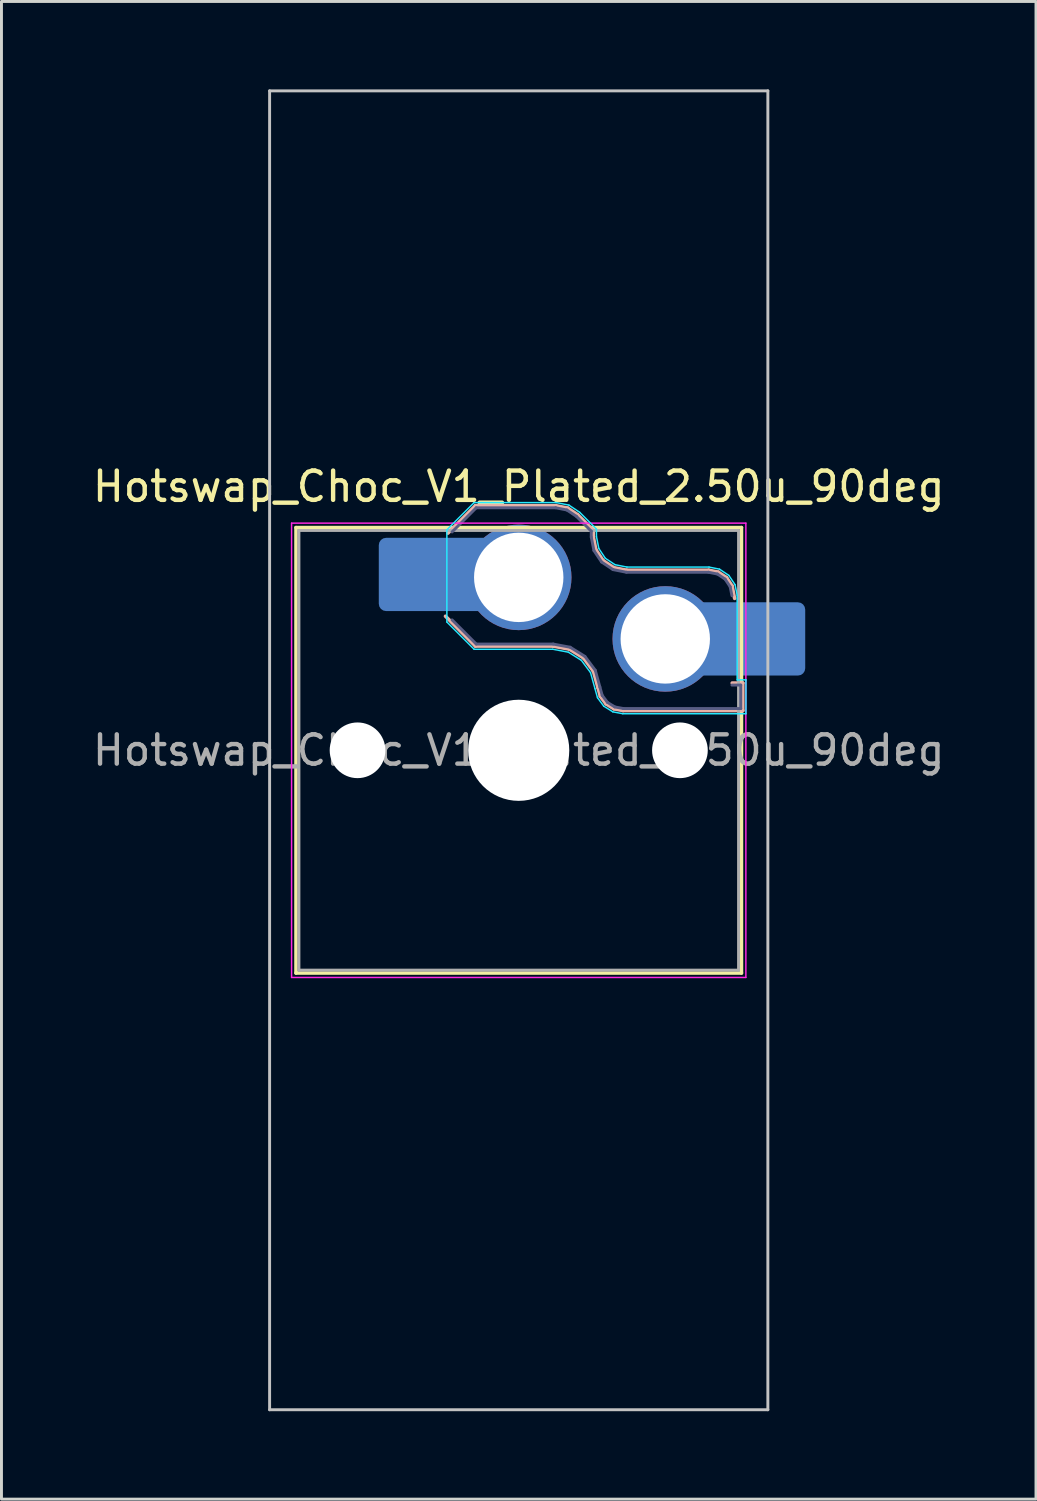
<source format=kicad_pcb>
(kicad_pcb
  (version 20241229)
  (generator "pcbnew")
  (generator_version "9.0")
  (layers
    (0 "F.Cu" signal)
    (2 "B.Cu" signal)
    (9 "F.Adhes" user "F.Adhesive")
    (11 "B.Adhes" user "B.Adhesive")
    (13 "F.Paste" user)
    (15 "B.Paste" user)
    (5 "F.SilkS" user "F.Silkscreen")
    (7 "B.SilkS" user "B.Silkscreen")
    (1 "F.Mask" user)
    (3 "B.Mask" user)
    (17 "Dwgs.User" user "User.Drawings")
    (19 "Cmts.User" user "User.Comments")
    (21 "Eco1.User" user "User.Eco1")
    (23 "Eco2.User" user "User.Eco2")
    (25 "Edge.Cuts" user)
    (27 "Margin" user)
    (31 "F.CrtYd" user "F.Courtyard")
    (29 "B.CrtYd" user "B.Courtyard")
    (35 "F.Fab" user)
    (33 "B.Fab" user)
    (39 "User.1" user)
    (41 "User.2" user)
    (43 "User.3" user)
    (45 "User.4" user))
  (footprint "Hotswap_Choc_V1_Plated_2.50u_90deg"
    (layer "F.Cu")
    (at 14.649 22.55)
    (property "Reference" "Hotswap_Choc_V1_Plated_2.50u_90deg" (at 0 -9 0) (layer "F.SilkS") (effects (font (size 1 1) (thickness 0.15))))
    (attr smd allow_soldermask_bridges)
    (fp_line (start -7.6 -7.6) (end -7.6 7.6) (stroke (width 0.12) (type solid)) (layer "F.SilkS"))
    (fp_line (start -7.6 7.6) (end 7.6 7.6) (stroke (width 0.12) (type solid)) (layer "F.SilkS"))
    (fp_line (start 7.6 -7.6) (end -7.6 -7.6) (stroke (width 0.12) (type solid)) (layer "F.SilkS"))
    (fp_line (start 7.6 7.6) (end 7.6 -7.6) (stroke (width 0.12) (type solid)) (layer "F.SilkS"))
    (fp_line (start -2.416 -7.409) (end -1.479 -8.346) (stroke (width 0.12) (type solid)) (layer "B.SilkS"))
    (fp_line (start -1.479 -8.346) (end 1.268 -8.346) (stroke (width 0.12) (type solid)) (layer "B.SilkS"))
    (fp_line (start -1.479 -3.554) (end -2.5 -4.575) (stroke (width 0.12) (type solid)) (layer "B.SilkS"))
    (fp_line (start 1.168 -3.554) (end -1.479 -3.554) (stroke (width 0.12) (type solid)) (layer "B.SilkS"))
    (fp_line (start 1.268 -8.346) (end 1.671 -8.266) (stroke (width 0.12) (type solid)) (layer "B.SilkS"))
    (fp_line (start 1.671 -8.266) (end 2.013 -8.037) (stroke (width 0.12) (type solid)) (layer "B.SilkS"))
    (fp_line (start 1.73 -3.449) (end 1.168 -3.554) (stroke (width 0.12) (type solid)) (layer "B.SilkS"))
    (fp_line (start 2.013 -8.037) (end 2.546 -7.504) (stroke (width 0.12) (type solid)) (layer "B.SilkS"))
    (fp_line (start 2.209 -3.15) (end 1.73 -3.449) (stroke (width 0.12) (type solid)) (layer "B.SilkS"))
    (fp_line (start 2.546 -7.504) (end 2.546 -7.282) (stroke (width 0.12) (type solid)) (layer "B.SilkS"))
    (fp_line (start 2.546 -7.282) (end 2.633 -6.844) (stroke (width 0.12) (type solid)) (layer "B.SilkS"))
    (fp_line (start 2.547 -2.697) (end 2.209 -3.15) (stroke (width 0.12) (type solid)) (layer "B.SilkS"))
    (fp_line (start 2.633 -6.844) (end 2.877 -6.477) (stroke (width 0.12) (type solid)) (layer "B.SilkS"))
    (fp_line (start 2.701 -2.139) (end 2.547 -2.697) (stroke (width 0.12) (type solid)) (layer "B.SilkS"))
    (fp_line (start 2.783 -1.841) (end 2.701 -2.139) (stroke (width 0.12) (type solid)) (layer "B.SilkS"))
    (fp_line (start 2.877 -6.477) (end 3.244 -6.233) (stroke (width 0.12) (type solid)) (layer "B.SilkS"))
    (fp_line (start 2.976 -1.583) (end 2.783 -1.841) (stroke (width 0.12) (type solid)) (layer "B.SilkS"))
    (fp_line (start 3.244 -6.233) (end 3.682 -6.146) (stroke (width 0.12) (type solid)) (layer "B.SilkS"))
    (fp_line (start 3.25 -1.413) (end 2.976 -1.583) (stroke (width 0.12) (type solid)) (layer "B.SilkS"))
    (fp_line (start 3.56 -1.354) (end 3.25 -1.413) (stroke (width 0.12) (type solid)) (layer "B.SilkS"))
    (fp_line (start 3.682 -6.146) (end 6.482 -6.146) (stroke (width 0.12) (type solid)) (layer "B.SilkS"))
    (fp_line (start 6.482 -6.146) (end 6.809 -6.081) (stroke (width 0.12) (type solid)) (layer "B.SilkS"))
    (fp_line (start 6.809 -6.081) (end 7.092 -5.892) (stroke (width 0.12) (type solid)) (layer "B.SilkS"))
    (fp_line (start 7.092 -5.892) (end 7.281 -5.609) (stroke (width 0.12) (type solid)) (layer "B.SilkS"))
    (fp_line (start 7.281 -5.609) (end 7.366 -5.182) (stroke (width 0.12) (type solid)) (layer "B.SilkS"))
    (fp_line (start 7.283 -2.296) (end 7.646 -2.296) (stroke (width 0.12) (type solid)) (layer "B.SilkS"))
    (fp_line (start 7.646 -2.296) (end 7.646 -1.354) (stroke (width 0.12) (type solid)) (layer "B.SilkS"))
    (fp_line (start 7.646 -1.354) (end 3.56 -1.354) (stroke (width 0.12) (type solid)) (layer "B.SilkS"))
    (fp_line (start -8.5 -22.5) (end 8.5 -22.5) (stroke (width 0.1) (type solid)) (layer "Dwgs.User"))
    (fp_line (start -8.5 22.5) (end -8.5 -22.5) (stroke (width 0.1) (type solid)) (layer "Dwgs.User"))
    (fp_line (start 8.5 -22.5) (end 8.5 22.5) (stroke (width 0.1) (type solid)) (layer "Dwgs.User"))
    (fp_line (start 8.5 22.5) (end -8.5 22.5) (stroke (width 0.1) (type solid)) (layer "Dwgs.User"))
    (fp_line (start -7.25 -7.25) (end -7.25 7.25) (stroke (width 0.1) (type solid)) (layer "Eco1.User"))
    (fp_line (start -7.25 7.25) (end 7.25 7.25) (stroke (width 0.1) (type solid)) (layer "Eco1.User"))
    (fp_line (start 7.25 -7.25) (end -7.25 -7.25) (stroke (width 0.1) (type solid)) (layer "Eco1.User"))
    (fp_line (start 7.25 7.25) (end 7.25 -7.25) (stroke (width 0.1) (type solid)) (layer "Eco1.User"))
    (fp_line (start -2.452 -7.523) (end -1.523 -8.452) (stroke (width 0.05) (type solid)) (layer "B.CrtYd"))
    (fp_line (start -2.452 -4.377) (end -2.452 -7.523) (stroke (width 0.05) (type solid)) (layer "B.CrtYd"))
    (fp_line (start -1.523 -8.452) (end 1.278 -8.452) (stroke (width 0.05) (type solid)) (layer "B.CrtYd"))
    (fp_line (start -1.523 -3.448) (end -2.452 -4.377) (stroke (width 0.05) (type solid)) (layer "B.CrtYd"))
    (fp_line (start 1.159 -3.448) (end -1.523 -3.448) (stroke (width 0.05) (type solid)) (layer "B.CrtYd"))
    (fp_line (start 1.278 -8.452) (end 1.712 -8.366) (stroke (width 0.05) (type solid)) (layer "B.CrtYd"))
    (fp_line (start 1.691 -3.348) (end 1.159 -3.448) (stroke (width 0.05) (type solid)) (layer "B.CrtYd"))
    (fp_line (start 1.712 -8.366) (end 2.081 -8.119) (stroke (width 0.05) (type solid)) (layer "B.CrtYd"))
    (fp_line (start 2.081 -8.119) (end 2.652 -7.548) (stroke (width 0.05) (type solid)) (layer "B.CrtYd"))
    (fp_line (start 2.136 -3.071) (end 1.691 -3.348) (stroke (width 0.05) (type solid)) (layer "B.CrtYd"))
    (fp_line (start 2.45 -2.65) (end 2.136 -3.071) (stroke (width 0.05) (type solid)) (layer "B.CrtYd"))
    (fp_line (start 2.599 -2.111) (end 2.45 -2.65) (stroke (width 0.05) (type solid)) (layer "B.CrtYd"))
    (fp_line (start 2.652 -7.548) (end 2.652 -7.292) (stroke (width 0.05) (type solid)) (layer "B.CrtYd"))
    (fp_line (start 2.652 -7.292) (end 2.733 -6.885) (stroke (width 0.05) (type solid)) (layer "B.CrtYd"))
    (fp_line (start 2.687 -1.794) (end 2.599 -2.111) (stroke (width 0.05) (type solid)) (layer "B.CrtYd"))
    (fp_line (start 2.733 -6.885) (end 2.953 -6.553) (stroke (width 0.05) (type solid)) (layer "B.CrtYd"))
    (fp_line (start 2.903 -1.503) (end 2.687 -1.794) (stroke (width 0.05) (type solid)) (layer "B.CrtYd"))
    (fp_line (start 2.953 -6.553) (end 3.285 -6.333) (stroke (width 0.05) (type solid)) (layer "B.CrtYd"))
    (fp_line (start 3.211 -1.312) (end 2.903 -1.503) (stroke (width 0.05) (type solid)) (layer "B.CrtYd"))
    (fp_line (start 3.285 -6.333) (end 3.692 -6.252) (stroke (width 0.05) (type solid)) (layer "B.CrtYd"))
    (fp_line (start 3.55 -1.248) (end 3.211 -1.312) (stroke (width 0.05) (type solid)) (layer "B.CrtYd"))
    (fp_line (start 3.692 -6.252) (end 6.492 -6.252) (stroke (width 0.05) (type solid)) (layer "B.CrtYd"))
    (fp_line (start 6.492 -6.252) (end 6.85 -6.181) (stroke (width 0.05) (type solid)) (layer "B.CrtYd"))
    (fp_line (start 6.85 -6.181) (end 7.168 -5.968) (stroke (width 0.05) (type solid)) (layer "B.CrtYd"))
    (fp_line (start 7.168 -5.968) (end 7.381 -5.65) (stroke (width 0.05) (type solid)) (layer "B.CrtYd"))
    (fp_line (start 7.381 -5.65) (end 7.452 -5.292) (stroke (width 0.05) (type solid)) (layer "B.CrtYd"))
    (fp_line (start 7.452 -5.292) (end 7.452 -2.402) (stroke (width 0.05) (type solid)) (layer "B.CrtYd"))
    (fp_line (start 7.452 -2.402) (end 7.752 -2.402) (stroke (width 0.05) (type solid)) (layer "B.CrtYd"))
    (fp_line (start 7.752 -2.402) (end 7.752 -1.248) (stroke (width 0.05) (type solid)) (layer "B.CrtYd"))
    (fp_line (start 7.752 -1.248) (end 3.55 -1.248) (stroke (width 0.05) (type solid)) (layer "B.CrtYd"))
    (fp_line (start -7.75 -7.75) (end -7.75 7.75) (stroke (width 0.05) (type solid)) (layer "F.CrtYd"))
    (fp_line (start -7.75 7.75) (end 7.75 7.75) (stroke (width 0.05) (type solid)) (layer "F.CrtYd"))
    (fp_line (start 7.75 -7.75) (end -7.75 -7.75) (stroke (width 0.05) (type solid)) (layer "F.CrtYd"))
    (fp_line (start 7.75 7.75) (end 7.75 -7.75) (stroke (width 0.05) (type solid)) (layer "F.CrtYd"))
    (fp_line (start -2.275 -7.45) (end -1.45 -8.275) (stroke (width 0.1) (type solid)) (layer "B.Fab"))
    (fp_line (start -1.45 -8.275) (end 1.261 -8.275) (stroke (width 0.1) (type solid)) (layer "B.Fab"))
    (fp_line (start -1.45 -3.625) (end -2.275 -4.45) (stroke (width 0.1) (type solid)) (layer "B.Fab"))
    (fp_line (start 1.175 -3.625) (end -1.45 -3.625) (stroke (width 0.1) (type solid)) (layer "B.Fab"))
    (fp_line (start 1.261 -8.275) (end 1.643 -8.199) (stroke (width 0.1) (type solid)) (layer "B.Fab"))
    (fp_line (start 1.643 -8.199) (end 1.968 -7.982) (stroke (width 0.1) (type solid)) (layer "B.Fab"))
    (fp_line (start 1.756 -3.516) (end 1.175 -3.625) (stroke (width 0.1) (type solid)) (layer "B.Fab"))
    (fp_line (start 1.968 -7.982) (end 2.475 -7.475) (stroke (width 0.1) (type solid)) (layer "B.Fab"))
    (fp_line (start 2.258 -3.203) (end 1.756 -3.516) (stroke (width 0.1) (type solid)) (layer "B.Fab"))
    (fp_line (start 2.475 -7.475) (end 2.475 -7.275) (stroke (width 0.1) (type solid)) (layer "B.Fab"))
    (fp_line (start 2.475 -7.275) (end 2.566 -6.816) (stroke (width 0.1) (type solid)) (layer "B.Fab"))
    (fp_line (start 2.566 -6.816) (end 2.826 -6.426) (stroke (width 0.1) (type solid)) (layer "B.Fab"))
    (fp_line (start 2.612 -2.729) (end 2.258 -3.203) (stroke (width 0.1) (type solid)) (layer "B.Fab"))
    (fp_line (start 2.769 -2.158) (end 2.612 -2.729) (stroke (width 0.1) (type solid)) (layer "B.Fab"))
    (fp_line (start 2.826 -6.426) (end 3.216 -6.166) (stroke (width 0.1) (type solid)) (layer "B.Fab"))
    (fp_line (start 2.848 -1.873) (end 2.769 -2.158) (stroke (width 0.1) (type solid)) (layer "B.Fab"))
    (fp_line (start 3.025 -1.636) (end 2.848 -1.873) (stroke (width 0.1) (type solid)) (layer "B.Fab"))
    (fp_line (start 3.216 -6.166) (end 3.675 -6.075) (stroke (width 0.1) (type solid)) (layer "B.Fab"))
    (fp_line (start 3.276 -1.48) (end 3.025 -1.636) (stroke (width 0.1) (type solid)) (layer "B.Fab"))
    (fp_line (start 3.567 -1.425) (end 3.276 -1.48) (stroke (width 0.1) (type solid)) (layer "B.Fab"))
    (fp_line (start 3.675 -6.075) (end 6.475 -6.075) (stroke (width 0.1) (type solid)) (layer "B.Fab"))
    (fp_line (start 6.475 -6.075) (end 6.781 -6.014) (stroke (width 0.1) (type solid)) (layer "B.Fab"))
    (fp_line (start 6.781 -6.014) (end 7.041 -5.841) (stroke (width 0.1) (type solid)) (layer "B.Fab"))
    (fp_line (start 7.041 -5.841) (end 7.214 -5.581) (stroke (width 0.1) (type solid)) (layer "B.Fab"))
    (fp_line (start 7.214 -5.581) (end 7.275 -5.275) (stroke (width 0.1) (type solid)) (layer "B.Fab"))
    (fp_line (start 7.275 -2.225) (end 7.575 -2.225) (stroke (width 0.1) (type solid)) (layer "B.Fab"))
    (fp_line (start 7.575 -2.225) (end 7.575 -1.425) (stroke (width 0.1) (type solid)) (layer "B.Fab"))
    (fp_line (start 7.575 -1.425) (end 3.567 -1.425) (stroke (width 0.1) (type solid)) (layer "B.Fab"))
    (fp_line (start -7.5 -7.5) (end -7.5 7.5) (stroke (width 0.1) (type solid)) (layer "F.Fab"))
    (fp_line (start -7.5 7.5) (end 7.5 7.5) (stroke (width 0.1) (type solid)) (layer "F.Fab"))
    (fp_line (start 7.5 -7.5) (end -7.5 -7.5) (stroke (width 0.1) (type solid)) (layer "F.Fab"))
    (fp_line (start 7.5 7.5) (end 7.5 -7.5) (stroke (width 0.1) (type solid)) (layer "F.Fab"))
    (fp_text user "${REFERENCE}" (at 0 0 0) (layer "F.Fab") (effects (font (size 1 1) (thickness 0.15))))
    (pad "" np_thru_hole circle (at -5.5 0) (size 1.9 1.9) (drill 1.9) (layers "*.Cu" "*.Mask"))
    (pad "" smd roundrect (at -3.5 -6) (size 2.55 2.5) (layers "B.Mask" "B.Paste") (roundrect_rratio 0.1))
    (pad "" np_thru_hole circle (at 0 0) (size 3.45 3.45) (drill 3.45) (layers "*.Cu" "*.Mask"))
    (pad "" np_thru_hole circle (at 5.5 0) (size 1.9 1.9) (drill 1.9) (layers "*.Cu" "*.Mask"))
    (pad "" smd roundrect (at 8.5 -3.8) (size 2.55 2.5) (layers "B.Mask" "B.Paste") (roundrect_rratio 0.1))
    (pad "1" smd roundrect (at -2.85 -6) (size 3.85 2.5) (layers "B.Cu") (roundrect_rratio 0.1))
    (pad "1" thru_hole circle (at 0 -5.9) (size 3.6 3.6) (drill 3.05) (layers "*.Cu" "*.Mask"))
    (pad "2" thru_hole circle (at 5 -3.8) (size 3.6 3.6) (drill 3.05) (layers "*.Cu" "*.Mask"))
    (pad "2" smd roundrect (at 7.85 -3.8) (size 3.85 2.5) (layers "B.Cu") (roundrect_rratio 0.1)))
  (gr_rect
    (start -3 -3)
    (end 32.298 48.1)
    (stroke (width 0.1) (type default))
    (fill no)
    (layer "Edge.Cuts")))
</source>
